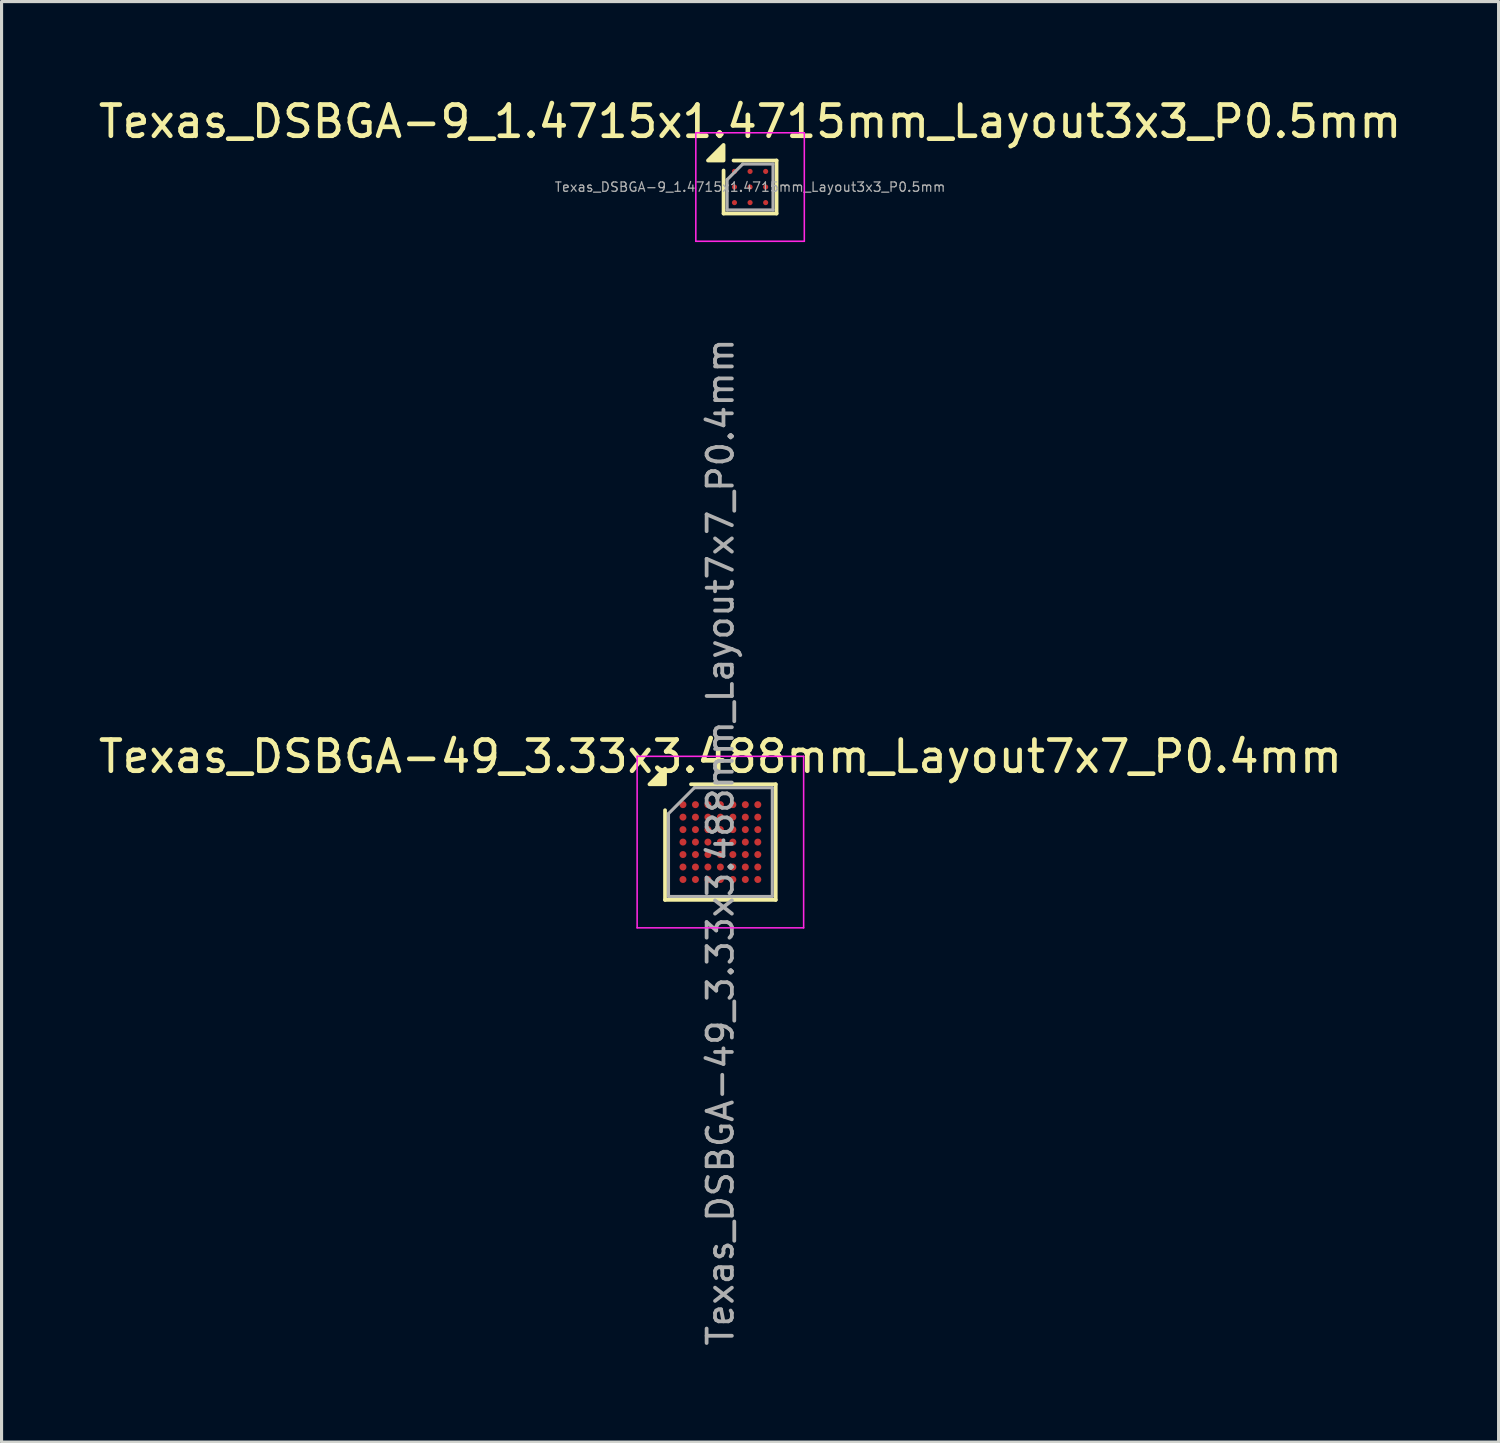
<source format=kicad_pcb>
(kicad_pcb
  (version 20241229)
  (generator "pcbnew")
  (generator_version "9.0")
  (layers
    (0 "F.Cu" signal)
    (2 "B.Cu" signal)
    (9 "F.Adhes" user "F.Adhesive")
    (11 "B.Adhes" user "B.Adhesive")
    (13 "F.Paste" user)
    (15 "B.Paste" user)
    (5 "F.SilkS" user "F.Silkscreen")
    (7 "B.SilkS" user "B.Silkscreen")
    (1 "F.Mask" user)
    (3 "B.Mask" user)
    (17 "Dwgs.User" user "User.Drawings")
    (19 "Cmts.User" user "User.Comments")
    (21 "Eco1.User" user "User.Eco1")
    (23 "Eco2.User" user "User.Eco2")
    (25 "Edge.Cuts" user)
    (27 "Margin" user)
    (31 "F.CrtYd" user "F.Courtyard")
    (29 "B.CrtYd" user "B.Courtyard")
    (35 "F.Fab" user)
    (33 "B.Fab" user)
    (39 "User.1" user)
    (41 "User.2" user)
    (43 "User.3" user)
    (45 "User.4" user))
  (footprint "Texas_DSBGA-9_1.4715x1.4715mm_Layout3x3_P0.5mm"
    (layer "F.Cu")
    (at 21.006 2.948)
    (property "Reference" "Texas_DSBGA-9_1.4715x1.4715mm_Layout3x3_P0.5mm" (at 0 -2.1 0) (layer "F.SilkS") (effects (font (size 1 1) (thickness 0.15))))
    (attr smd)
    (fp_line (start -0.85 -0.53) (end -0.85 0.85) (stroke (width 0.12) (type solid)) (layer "F.SilkS"))
    (fp_line (start -0.53 -0.85) (end 0.85 -0.85) (stroke (width 0.12) (type solid)) (layer "F.SilkS"))
    (fp_line (start 0.85 -0.85) (end 0.85 0.85) (stroke (width 0.12) (type solid)) (layer "F.SilkS"))
    (fp_line (start 0.85 0.85) (end -0.85 0.85) (stroke (width 0.12) (type solid)) (layer "F.SilkS"))
    (fp_poly (pts (xy -0.85 -0.85) (xy -1.35 -0.85) (xy -0.85 -1.35) (xy -0.85 -0.85)) (stroke (width 0.12) (type solid)) (fill yes) (layer "F.SilkS"))
    (fp_line (start -1.74 -1.74) (end -1.74 1.74) (stroke (width 0.05) (type solid)) (layer "F.CrtYd"))
    (fp_line (start -1.74 1.74) (end 1.74 1.74) (stroke (width 0.05) (type solid)) (layer "F.CrtYd"))
    (fp_line (start 1.74 -1.74) (end -1.74 -1.74) (stroke (width 0.05) (type solid)) (layer "F.CrtYd"))
    (fp_line (start 1.74 1.74) (end 1.74 -1.74) (stroke (width 0.05) (type solid)) (layer "F.CrtYd"))
    (fp_line (start -0.736 -0.236) (end -0.736 0.736) (stroke (width 0.1) (type solid)) (layer "F.Fab"))
    (fp_line (start -0.736 -0.236) (end -0.236 -0.736) (stroke (width 0.1) (type solid)) (layer "F.Fab"))
    (fp_line (start -0.736 0.736) (end 0.736 0.736) (stroke (width 0.1) (type solid)) (layer "F.Fab"))
    (fp_line (start 0.736 -0.736) (end -0.236 -0.736) (stroke (width 0.1) (type solid)) (layer "F.Fab"))
    (fp_line (start 0.736 0.736) (end 0.736 -0.736) (stroke (width 0.1) (type solid)) (layer "F.Fab"))
    (fp_text user "${REFERENCE}" (at 0 0 0) (layer "F.Fab") (effects (font (size 0.3 0.3) (thickness 0.04))))
    (pad "" smd rect (at -0.5 -0.5) (size 0.3 0.3) (layers "F.Paste"))
    (pad "" smd rect (at -0.5 0) (size 0.3 0.3) (layers "F.Paste"))
    (pad "" smd rect (at -0.5 0.5) (size 0.3 0.3) (layers "F.Paste"))
    (pad "" smd rect (at 0 -0.5) (size 0.3 0.3) (layers "F.Paste"))
    (pad "" smd rect (at 0 0) (size 0.3 0.3) (layers "F.Paste"))
    (pad "" smd rect (at 0 0.5) (size 0.3 0.3) (layers "F.Paste"))
    (pad "" smd rect (at 0.5 -0.5) (size 0.3 0.3) (layers "F.Paste"))
    (pad "" smd rect (at 0.5 0) (size 0.3 0.3) (layers "F.Paste"))
    (pad "" smd rect (at 0.5 0.5) (size 0.3 0.3) (layers "F.Paste"))
    (pad "A1" smd circle (at -0.5 -0.5) (size 0.165 0.165) (property pad_prop_bga) (layers "F.Cu" "F.Mask"))
    (pad "A2" smd circle (at 0 -0.5) (size 0.165 0.165) (property pad_prop_bga) (layers "F.Cu" "F.Mask"))
    (pad "A3" smd circle (at 0.5 -0.5) (size 0.165 0.165) (property pad_prop_bga) (layers "F.Cu" "F.Mask"))
    (pad "B1" smd circle (at -0.5 0) (size 0.165 0.165) (property pad_prop_bga) (layers "F.Cu" "F.Mask"))
    (pad "B2" smd circle (at 0 0) (size 0.165 0.165) (property pad_prop_bga) (layers "F.Cu" "F.Mask"))
    (pad "B3" smd circle (at 0.5 0) (size 0.165 0.165) (property pad_prop_bga) (layers "F.Cu" "F.Mask" "F.Paste"))
    (pad "C1" smd circle (at -0.5 0.5) (size 0.165 0.165) (property pad_prop_bga) (layers "F.Cu" "F.Mask"))
    (pad "C2" smd circle (at 0 0.5) (size 0.165 0.165) (property pad_prop_bga) (layers "F.Cu" "F.Mask"))
    (pad "C3" smd circle (at 0.5 0.5) (size 0.165 0.165) (property pad_prop_bga) (layers "F.Cu" "F.Mask")))
  (footprint "Texas_DSBGA-49_3.33x3.488mm_Layout7x7_P0.4mm"
    (layer "F.Cu")
    (at 20.054 23.957)
    (property "Reference" "Texas_DSBGA-49_3.33x3.488mm_Layout7x7_P0.4mm" (at 0 -2.744 0) (layer "F.SilkS") (effects (font (size 1 1) (thickness 0.15))))
    (attr smd)
    (fp_line (start -1.775 1.854) (end -1.775 -1.022) (stroke (width 0.12) (type solid)) (layer "F.SilkS"))
    (fp_line (start -0.943 -1.854) (end 1.775 -1.854) (stroke (width 0.12) (type solid)) (layer "F.SilkS"))
    (fp_line (start 1.775 -1.854) (end 1.775 1.854) (stroke (width 0.12) (type solid)) (layer "F.SilkS"))
    (fp_line (start 1.775 1.854) (end -1.775 1.854) (stroke (width 0.12) (type solid)) (layer "F.SilkS"))
    (fp_poly (pts (xy -1.775 -1.854) (xy -2.275 -1.854) (xy -1.775 -2.354) (xy -1.775 -1.854)) (stroke (width 0.12) (type solid)) (fill yes) (layer "F.SilkS"))
    (fp_line (start -2.67 -2.75) (end -2.67 2.75) (stroke (width 0.05) (type solid)) (layer "F.CrtYd"))
    (fp_line (start -2.67 2.75) (end 2.67 2.75) (stroke (width 0.05) (type solid)) (layer "F.CrtYd"))
    (fp_line (start 2.67 -2.75) (end -2.67 -2.75) (stroke (width 0.05) (type solid)) (layer "F.CrtYd"))
    (fp_line (start 2.67 2.75) (end 2.67 -2.75) (stroke (width 0.05) (type solid)) (layer "F.CrtYd"))
    (fp_line (start -1.665 -0.911) (end -0.833 -1.744) (stroke (width 0.1) (type solid)) (layer "F.Fab"))
    (fp_line (start -1.665 1.744) (end -1.665 -0.911) (stroke (width 0.1) (type solid)) (layer "F.Fab"))
    (fp_line (start -0.833 -1.744) (end 1.665 -1.744) (stroke (width 0.1) (type solid)) (layer "F.Fab"))
    (fp_line (start 1.665 -1.744) (end 1.665 1.744) (stroke (width 0.1) (type solid)) (layer "F.Fab"))
    (fp_line (start 1.665 1.744) (end -1.665 1.744) (stroke (width 0.1) (type solid)) (layer "F.Fab"))
    (fp_text user "${REFERENCE}" (at 0 0 270) (layer "F.Fab") (effects (font (size 0.81 0.81) (thickness 0.121))))
    (pad "A1" smd circle (at -1.2 -1.2) (size 0.225 0.225) (property pad_prop_bga) (layers "F.Cu" "F.Mask" "F.Paste"))
    (pad "A2" smd circle (at -0.8 -1.2) (size 0.225 0.225) (property pad_prop_bga) (layers "F.Cu" "F.Mask" "F.Paste"))
    (pad "A3" smd circle (at -0.4 -1.2) (size 0.225 0.225) (property pad_prop_bga) (layers "F.Cu" "F.Mask" "F.Paste"))
    (pad "A4" smd circle (at 0 -1.2) (size 0.225 0.225) (property pad_prop_bga) (layers "F.Cu" "F.Mask" "F.Paste"))
    (pad "A5" smd circle (at 0.4 -1.2) (size 0.225 0.225) (property pad_prop_bga) (layers "F.Cu" "F.Mask" "F.Paste"))
    (pad "A6" smd circle (at 0.8 -1.2) (size 0.225 0.225) (property pad_prop_bga) (layers "F.Cu" "F.Mask" "F.Paste"))
    (pad "A7" smd circle (at 1.2 -1.2) (size 0.225 0.225) (property pad_prop_bga) (layers "F.Cu" "F.Mask" "F.Paste"))
    (pad "B1" smd circle (at -1.2 -0.8) (size 0.225 0.225) (property pad_prop_bga) (layers "F.Cu" "F.Mask" "F.Paste"))
    (pad "B2" smd circle (at -0.8 -0.8) (size 0.225 0.225) (property pad_prop_bga) (layers "F.Cu" "F.Mask" "F.Paste"))
    (pad "B3" smd circle (at -0.4 -0.8) (size 0.225 0.225) (property pad_prop_bga) (layers "F.Cu" "F.Mask" "F.Paste"))
    (pad "B4" smd circle (at 0 -0.8) (size 0.225 0.225) (property pad_prop_bga) (layers "F.Cu" "F.Mask" "F.Paste"))
    (pad "B5" smd circle (at 0.4 -0.8) (size 0.225 0.225) (property pad_prop_bga) (layers "F.Cu" "F.Mask" "F.Paste"))
    (pad "B6" smd circle (at 0.8 -0.8) (size 0.225 0.225) (property pad_prop_bga) (layers "F.Cu" "F.Mask" "F.Paste"))
    (pad "B7" smd circle (at 1.2 -0.8) (size 0.225 0.225) (property pad_prop_bga) (layers "F.Cu" "F.Mask" "F.Paste"))
    (pad "C1" smd circle (at -1.2 -0.4) (size 0.225 0.225) (property pad_prop_bga) (layers "F.Cu" "F.Mask" "F.Paste"))
    (pad "C2" smd circle (at -0.8 -0.4) (size 0.225 0.225) (property pad_prop_bga) (layers "F.Cu" "F.Mask" "F.Paste"))
    (pad "C3" smd circle (at -0.4 -0.4) (size 0.225 0.225) (property pad_prop_bga) (layers "F.Cu" "F.Mask" "F.Paste"))
    (pad "C4" smd circle (at 0 -0.4) (size 0.225 0.225) (property pad_prop_bga) (layers "F.Cu" "F.Mask" "F.Paste"))
    (pad "C5" smd circle (at 0.4 -0.4) (size 0.225 0.225) (property pad_prop_bga) (layers "F.Cu" "F.Mask" "F.Paste"))
    (pad "C6" smd circle (at 0.8 -0.4) (size 0.225 0.225) (property pad_prop_bga) (layers "F.Cu" "F.Mask" "F.Paste"))
    (pad "C7" smd circle (at 1.2 -0.4) (size 0.225 0.225) (property pad_prop_bga) (layers "F.Cu" "F.Mask" "F.Paste"))
    (pad "D1" smd circle (at -1.2 0) (size 0.225 0.225) (property pad_prop_bga) (layers "F.Cu" "F.Mask" "F.Paste"))
    (pad "D2" smd circle (at -0.8 0) (size 0.225 0.225) (property pad_prop_bga) (layers "F.Cu" "F.Mask" "F.Paste"))
    (pad "D3" smd circle (at -0.4 0) (size 0.225 0.225) (property pad_prop_bga) (layers "F.Cu" "F.Mask" "F.Paste"))
    (pad "D4" smd circle (at 0 0) (size 0.225 0.225) (property pad_prop_bga) (layers "F.Cu" "F.Mask" "F.Paste"))
    (pad "D5" smd circle (at 0.4 0) (size 0.225 0.225) (property pad_prop_bga) (layers "F.Cu" "F.Mask" "F.Paste"))
    (pad "D6" smd circle (at 0.8 0) (size 0.225 0.225) (property pad_prop_bga) (layers "F.Cu" "F.Mask" "F.Paste"))
    (pad "D7" smd circle (at 1.2 0) (size 0.225 0.225) (property pad_prop_bga) (layers "F.Cu" "F.Mask" "F.Paste"))
    (pad "E1" smd circle (at -1.2 0.4) (size 0.225 0.225) (property pad_prop_bga) (layers "F.Cu" "F.Mask" "F.Paste"))
    (pad "E2" smd circle (at -0.8 0.4) (size 0.225 0.225) (property pad_prop_bga) (layers "F.Cu" "F.Mask" "F.Paste"))
    (pad "E3" smd circle (at -0.4 0.4) (size 0.225 0.225) (property pad_prop_bga) (layers "F.Cu" "F.Mask" "F.Paste"))
    (pad "E4" smd circle (at 0 0.4) (size 0.225 0.225) (property pad_prop_bga) (layers "F.Cu" "F.Mask" "F.Paste"))
    (pad "E5" smd circle (at 0.4 0.4) (size 0.225 0.225) (property pad_prop_bga) (layers "F.Cu" "F.Mask" "F.Paste"))
    (pad "E6" smd circle (at 0.8 0.4) (size 0.225 0.225) (property pad_prop_bga) (layers "F.Cu" "F.Mask" "F.Paste"))
    (pad "E7" smd circle (at 1.2 0.4) (size 0.225 0.225) (property pad_prop_bga) (layers "F.Cu" "F.Mask" "F.Paste"))
    (pad "F1" smd circle (at -1.2 0.8) (size 0.225 0.225) (property pad_prop_bga) (layers "F.Cu" "F.Mask" "F.Paste"))
    (pad "F2" smd circle (at -0.8 0.8) (size 0.225 0.225) (property pad_prop_bga) (layers "F.Cu" "F.Mask" "F.Paste"))
    (pad "F3" smd circle (at -0.4 0.8) (size 0.225 0.225) (property pad_prop_bga) (layers "F.Cu" "F.Mask" "F.Paste"))
    (pad "F4" smd circle (at 0 0.8) (size 0.225 0.225) (property pad_prop_bga) (layers "F.Cu" "F.Mask" "F.Paste"))
    (pad "F5" smd circle (at 0.4 0.8) (size 0.225 0.225) (property pad_prop_bga) (layers "F.Cu" "F.Mask" "F.Paste"))
    (pad "F6" smd circle (at 0.8 0.8) (size 0.225 0.225) (property pad_prop_bga) (layers "F.Cu" "F.Mask" "F.Paste"))
    (pad "F7" smd circle (at 1.2 0.8) (size 0.225 0.225) (property pad_prop_bga) (layers "F.Cu" "F.Mask" "F.Paste"))
    (pad "G1" smd circle (at -1.2 1.2) (size 0.225 0.225) (property pad_prop_bga) (layers "F.Cu" "F.Mask" "F.Paste"))
    (pad "G2" smd circle (at -0.8 1.2) (size 0.225 0.225) (property pad_prop_bga) (layers "F.Cu" "F.Mask" "F.Paste"))
    (pad "G3" smd circle (at -0.4 1.2) (size 0.225 0.225) (property pad_prop_bga) (layers "F.Cu" "F.Mask" "F.Paste"))
    (pad "G4" smd circle (at 0 1.2) (size 0.225 0.225) (property pad_prop_bga) (layers "F.Cu" "F.Mask" "F.Paste"))
    (pad "G5" smd circle (at 0.4 1.2) (size 0.225 0.225) (property pad_prop_bga) (layers "F.Cu" "F.Mask" "F.Paste"))
    (pad "G6" smd circle (at 0.8 1.2) (size 0.225 0.225) (property pad_prop_bga) (layers "F.Cu" "F.Mask" "F.Paste"))
    (pad "G7" smd circle (at 1.2 1.2) (size 0.225 0.225) (property pad_prop_bga) (layers "F.Cu" "F.Mask" "F.Paste")))
  (gr_rect
    (start -3 -3)
    (end 45.012 43.2)
    (stroke (width 0.1) (type default))
    (fill no)
    (layer "Edge.Cuts")))
</source>
